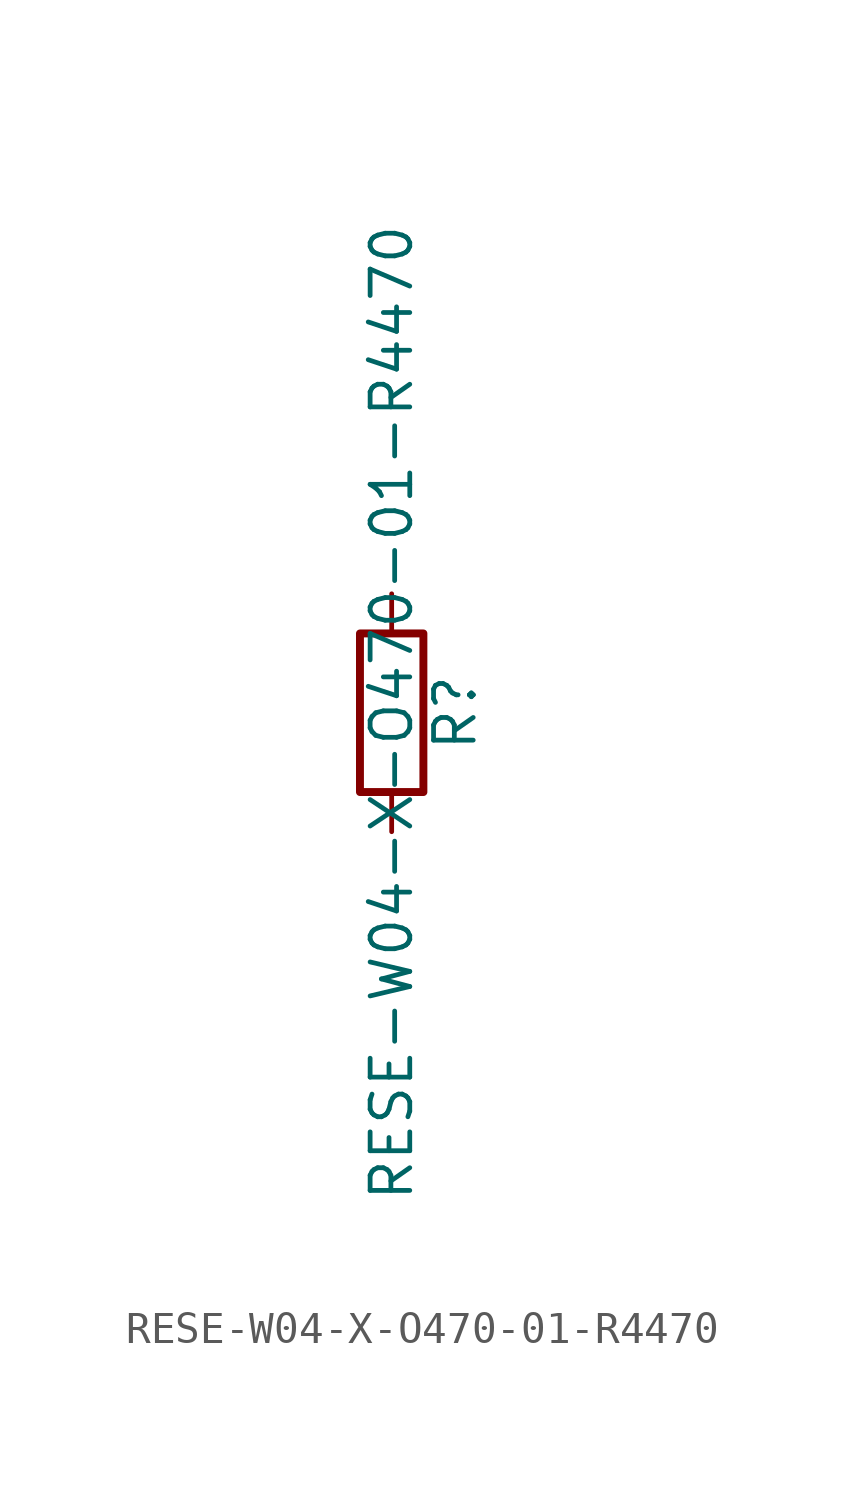
<source format=kicad_sym>
(kicad_symbol_lib
  (version 20211014)
  (generator kicad_symbol_editor)
  (symbol "RESE-W04-X-O470-01-R4470"
    (pin_numbers hide)
    (pin_names
      (offset 0))
    (property "Reference" "R"
      (at 2.032 0 90)
      (effects (font (size 1.27 1.27))))
    (property "Value" "RESE-W04-X-O470-01-R4470"
      (at 0 0 90)
      (effects (font (size 1.27 1.27))))
    (symbol "RESE-W04-X-O470-01-R4470_0_1"
      (rectangle (start -1.016 -2.54) (end 1.016 2.54) (stroke (width 0.254) (type default) (color 0 0 0 0)) (fill (type none))))
    (symbol "RESE-W04-X-O470-01-R4470_1_1"
      (pin passive line (at 0 3.81 270) (length 1.27) (name "~" (effects (font (size 1.27 1.27)))) (number "1" (effects (font (size 1.27 1.27)))))
      (pin passive line (at 0 -3.81 90) (length 1.27) (name "~" (effects (font (size 1.27 1.27)))) (number "2" (effects (font (size 1.27 1.27))))))))
</source>
